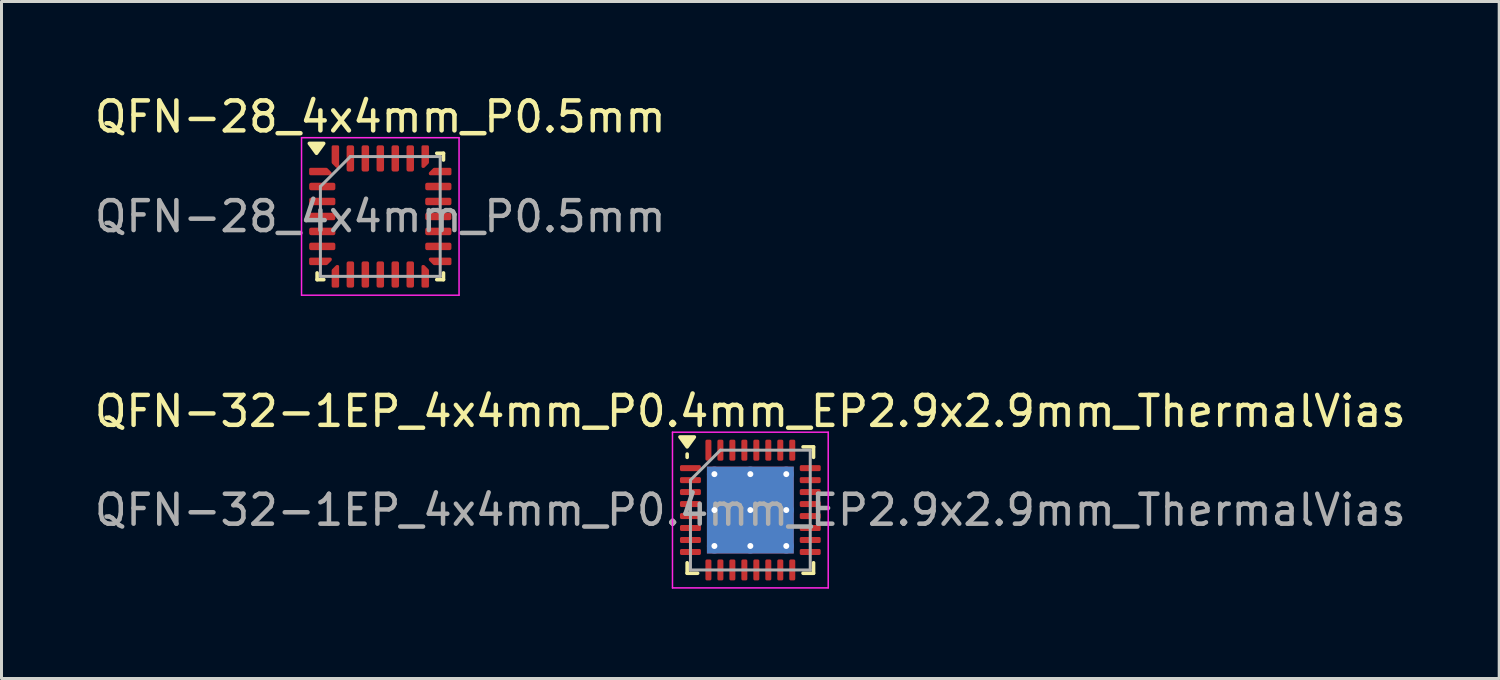
<source format=kicad_pcb>
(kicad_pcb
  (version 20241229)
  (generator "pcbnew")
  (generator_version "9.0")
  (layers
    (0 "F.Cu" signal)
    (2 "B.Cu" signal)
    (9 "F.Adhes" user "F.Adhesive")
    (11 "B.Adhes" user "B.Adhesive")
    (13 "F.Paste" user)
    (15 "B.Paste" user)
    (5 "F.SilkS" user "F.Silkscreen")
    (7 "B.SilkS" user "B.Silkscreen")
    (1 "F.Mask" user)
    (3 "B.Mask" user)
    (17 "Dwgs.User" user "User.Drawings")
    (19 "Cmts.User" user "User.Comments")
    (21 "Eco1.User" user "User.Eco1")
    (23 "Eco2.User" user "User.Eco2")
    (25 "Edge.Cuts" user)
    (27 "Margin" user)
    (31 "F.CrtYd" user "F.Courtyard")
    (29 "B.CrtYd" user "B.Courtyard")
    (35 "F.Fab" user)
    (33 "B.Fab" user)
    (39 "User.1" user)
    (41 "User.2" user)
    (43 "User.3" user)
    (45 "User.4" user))
  (footprint "QFN-32-1EP_4x4mm_P0.4mm_EP2.9x2.9mm_ThermalVias"
    (layer "F.Cu")
    (at 22.006 13.982)
    (property "Reference" "QFN-32-1EP_4x4mm_P0.4mm_EP2.9x2.9mm_ThermalVias" (at 0 -3.3 0) (layer "F.SilkS") (effects (font (size 1 1) (thickness 0.15))))
    (attr smd)
    (fp_line (start -2.11 -1.76) (end -2.11 -1.87) (stroke (width 0.12) (type solid)) (layer "F.SilkS"))
    (fp_line (start -2.11 2.11) (end -2.11 1.76) (stroke (width 0.12) (type solid)) (layer "F.SilkS"))
    (fp_line (start -1.76 2.11) (end -2.11 2.11) (stroke (width 0.12) (type solid)) (layer "F.SilkS"))
    (fp_line (start 1.76 -2.11) (end 2.11 -2.11) (stroke (width 0.12) (type solid)) (layer "F.SilkS"))
    (fp_line (start 1.76 2.11) (end 2.11 2.11) (stroke (width 0.12) (type solid)) (layer "F.SilkS"))
    (fp_line (start 2.11 -2.11) (end 2.11 -1.76) (stroke (width 0.12) (type solid)) (layer "F.SilkS"))
    (fp_line (start 2.11 2.11) (end 2.11 1.76) (stroke (width 0.12) (type solid)) (layer "F.SilkS"))
    (fp_poly (pts (xy -2.11 -2.11) (xy -2.35 -2.44) (xy -1.87 -2.44) (xy -2.11 -2.11)) (stroke (width 0.12) (type solid)) (fill yes) (layer "F.SilkS"))
    (fp_line (start -2.6 -2.6) (end -2.6 2.6) (stroke (width 0.05) (type solid)) (layer "F.CrtYd"))
    (fp_line (start -2.6 2.6) (end 2.6 2.6) (stroke (width 0.05) (type solid)) (layer "F.CrtYd"))
    (fp_line (start 2.6 -2.6) (end -2.6 -2.6) (stroke (width 0.05) (type solid)) (layer "F.CrtYd"))
    (fp_line (start 2.6 2.6) (end 2.6 -2.6) (stroke (width 0.05) (type solid)) (layer "F.CrtYd"))
    (fp_line (start -2 -1) (end -1 -2) (stroke (width 0.1) (type solid)) (layer "F.Fab"))
    (fp_line (start -2 2) (end -2 -1) (stroke (width 0.1) (type solid)) (layer "F.Fab"))
    (fp_line (start -1 -2) (end 2 -2) (stroke (width 0.1) (type solid)) (layer "F.Fab"))
    (fp_line (start 2 -2) (end 2 2) (stroke (width 0.1) (type solid)) (layer "F.Fab"))
    (fp_line (start 2 2) (end -2 2) (stroke (width 0.1) (type solid)) (layer "F.Fab"))
    (fp_text user "${REFERENCE}" (at 0 0 0) (layer "F.Fab") (effects (font (size 1 1) (thickness 0.15))))
    (pad "" smd roundrect (at -0.725 -0.725) (size 1.26 1.26) (layers "F.Paste") (roundrect_rratio 0.198))
    (pad "" smd roundrect (at -0.725 0.725) (size 1.26 1.26) (layers "F.Paste") (roundrect_rratio 0.198))
    (pad "" smd roundrect (at 0.725 -0.725) (size 1.26 1.26) (layers "F.Paste") (roundrect_rratio 0.198))
    (pad "" smd roundrect (at 0.725 0.725) (size 1.26 1.26) (layers "F.Paste") (roundrect_rratio 0.198))
    (pad "1" smd roundrect (at -2 -1.4) (size 0.7 0.2) (layers "F.Cu" "F.Mask" "F.Paste") (roundrect_rratio 0.25))
    (pad "2" smd roundrect (at -2 -1) (size 0.7 0.2) (layers "F.Cu" "F.Mask" "F.Paste") (roundrect_rratio 0.25))
    (pad "3" smd roundrect (at -2 -0.6) (size 0.7 0.2) (layers "F.Cu" "F.Mask" "F.Paste") (roundrect_rratio 0.25))
    (pad "4" smd roundrect (at -2 -0.2) (size 0.7 0.2) (layers "F.Cu" "F.Mask" "F.Paste") (roundrect_rratio 0.25))
    (pad "5" smd roundrect (at -2 0.2) (size 0.7 0.2) (layers "F.Cu" "F.Mask" "F.Paste") (roundrect_rratio 0.25))
    (pad "6" smd roundrect (at -2 0.6) (size 0.7 0.2) (layers "F.Cu" "F.Mask" "F.Paste") (roundrect_rratio 0.25))
    (pad "7" smd roundrect (at -2 1) (size 0.7 0.2) (layers "F.Cu" "F.Mask" "F.Paste") (roundrect_rratio 0.25))
    (pad "8" smd roundrect (at -2 1.4) (size 0.7 0.2) (layers "F.Cu" "F.Mask" "F.Paste") (roundrect_rratio 0.25))
    (pad "9" smd roundrect (at -1.4 2) (size 0.2 0.7) (layers "F.Cu" "F.Mask" "F.Paste") (roundrect_rratio 0.25))
    (pad "10" smd roundrect (at -1 2) (size 0.2 0.7) (layers "F.Cu" "F.Mask" "F.Paste") (roundrect_rratio 0.25))
    (pad "11" smd roundrect (at -0.6 2) (size 0.2 0.7) (layers "F.Cu" "F.Mask" "F.Paste") (roundrect_rratio 0.25))
    (pad "12" smd roundrect (at -0.2 2) (size 0.2 0.7) (layers "F.Cu" "F.Mask" "F.Paste") (roundrect_rratio 0.25))
    (pad "13" smd roundrect (at 0.2 2) (size 0.2 0.7) (layers "F.Cu" "F.Mask" "F.Paste") (roundrect_rratio 0.25))
    (pad "14" smd roundrect (at 0.6 2) (size 0.2 0.7) (layers "F.Cu" "F.Mask" "F.Paste") (roundrect_rratio 0.25))
    (pad "15" smd roundrect (at 1 2) (size 0.2 0.7) (layers "F.Cu" "F.Mask" "F.Paste") (roundrect_rratio 0.25))
    (pad "16" smd roundrect (at 1.4 2) (size 0.2 0.7) (layers "F.Cu" "F.Mask" "F.Paste") (roundrect_rratio 0.25))
    (pad "17" smd roundrect (at 2 1.4) (size 0.7 0.2) (layers "F.Cu" "F.Mask" "F.Paste") (roundrect_rratio 0.25))
    (pad "18" smd roundrect (at 2 1) (size 0.7 0.2) (layers "F.Cu" "F.Mask" "F.Paste") (roundrect_rratio 0.25))
    (pad "19" smd roundrect (at 2 0.6) (size 0.7 0.2) (layers "F.Cu" "F.Mask" "F.Paste") (roundrect_rratio 0.25))
    (pad "20" smd roundrect (at 2 0.2) (size 0.7 0.2) (layers "F.Cu" "F.Mask" "F.Paste") (roundrect_rratio 0.25))
    (pad "21" smd roundrect (at 2 -0.2) (size 0.7 0.2) (layers "F.Cu" "F.Mask" "F.Paste") (roundrect_rratio 0.25))
    (pad "22" smd roundrect (at 2 -0.6) (size 0.7 0.2) (layers "F.Cu" "F.Mask" "F.Paste") (roundrect_rratio 0.25))
    (pad "23" smd roundrect (at 2 -1) (size 0.7 0.2) (layers "F.Cu" "F.Mask" "F.Paste") (roundrect_rratio 0.25))
    (pad "24" smd roundrect (at 2 -1.4) (size 0.7 0.2) (layers "F.Cu" "F.Mask" "F.Paste") (roundrect_rratio 0.25))
    (pad "25" smd roundrect (at 1.4 -2) (size 0.2 0.7) (layers "F.Cu" "F.Mask" "F.Paste") (roundrect_rratio 0.25))
    (pad "26" smd roundrect (at 1 -2) (size 0.2 0.7) (layers "F.Cu" "F.Mask" "F.Paste") (roundrect_rratio 0.25))
    (pad "27" smd roundrect (at 0.6 -2) (size 0.2 0.7) (layers "F.Cu" "F.Mask" "F.Paste") (roundrect_rratio 0.25))
    (pad "28" smd roundrect (at 0.2 -2) (size 0.2 0.7) (layers "F.Cu" "F.Mask" "F.Paste") (roundrect_rratio 0.25))
    (pad "29" smd roundrect (at -0.2 -2) (size 0.2 0.7) (layers "F.Cu" "F.Mask" "F.Paste") (roundrect_rratio 0.25))
    (pad "30" smd roundrect (at -0.6 -2) (size 0.2 0.7) (layers "F.Cu" "F.Mask" "F.Paste") (roundrect_rratio 0.25))
    (pad "31" smd roundrect (at -1 -2) (size 0.2 0.7) (layers "F.Cu" "F.Mask" "F.Paste") (roundrect_rratio 0.25))
    (pad "32" smd roundrect (at -1.4 -2) (size 0.2 0.7) (layers "F.Cu" "F.Mask" "F.Paste") (roundrect_rratio 0.25))
    (pad "33" thru_hole circle (at -1.2 -1.2) (size 0.5 0.5) (drill 0.2) (property pad_prop_heatsink) (layers "*.Cu"))
    (pad "33" thru_hole circle (at -1.2 0) (size 0.5 0.5) (drill 0.2) (property pad_prop_heatsink) (layers "*.Cu"))
    (pad "33" thru_hole circle (at -1.2 1.2) (size 0.5 0.5) (drill 0.2) (property pad_prop_heatsink) (layers "*.Cu"))
    (pad "33" thru_hole circle (at 0 -1.2) (size 0.5 0.5) (drill 0.2) (property pad_prop_heatsink) (layers "*.Cu"))
    (pad "33" thru_hole circle (at 0 0) (size 0.5 0.5) (drill 0.2) (property pad_prop_heatsink) (layers "*.Cu"))
    (pad "33" smd rect (at 0 0) (size 2.9 2.9) (property pad_prop_heatsink) (layers "F.Cu" "F.Mask"))
    (pad "33" smd rect (at 0 0) (size 2.9 2.9) (property pad_prop_heatsink) (layers "B.Cu"))
    (pad "33" thru_hole circle (at 0 1.2) (size 0.5 0.5) (drill 0.2) (property pad_prop_heatsink) (layers "*.Cu"))
    (pad "33" thru_hole circle (at 1.2 -1.2) (size 0.5 0.5) (drill 0.2) (property pad_prop_heatsink) (layers "*.Cu"))
    (pad "33" thru_hole circle (at 1.2 0) (size 0.5 0.5) (drill 0.2) (property pad_prop_heatsink) (layers "*.Cu"))
    (pad "33" thru_hole circle (at 1.2 1.2) (size 0.5 0.5) (drill 0.2) (property pad_prop_heatsink) (layers "*.Cu")))
  (footprint "QFN-28_4x4mm_P0.5mm"
    (layer "F.Cu")
    (at 9.649 4.178)
    (property "Reference" "QFN-28_4x4mm_P0.5mm" (at 0 -3.33 0) (layer "F.SilkS") (effects (font (size 1 1) (thickness 0.15))))
    (attr smd)
    (fp_line (start -2.11 2.11) (end -2.11 1.885) (stroke (width 0.12) (type solid)) (layer "F.SilkS"))
    (fp_line (start -1.885 2.11) (end -2.11 2.11) (stroke (width 0.12) (type solid)) (layer "F.SilkS"))
    (fp_line (start 1.885 -2.11) (end 2.11 -2.11) (stroke (width 0.12) (type solid)) (layer "F.SilkS"))
    (fp_line (start 1.885 2.11) (end 2.11 2.11) (stroke (width 0.12) (type solid)) (layer "F.SilkS"))
    (fp_line (start 2.11 -2.11) (end 2.11 -1.885) (stroke (width 0.12) (type solid)) (layer "F.SilkS"))
    (fp_line (start 2.11 2.11) (end 2.11 1.885) (stroke (width 0.12) (type solid)) (layer "F.SilkS"))
    (fp_poly (pts (xy -2.13 -2.11) (xy -2.37 -2.44) (xy -1.89 -2.44) (xy -2.13 -2.11)) (stroke (width 0.12) (type solid)) (fill yes) (layer "F.SilkS"))
    (fp_line (start -2.63 -2.63) (end -2.63 2.63) (stroke (width 0.05) (type solid)) (layer "F.CrtYd"))
    (fp_line (start -2.63 2.63) (end 2.63 2.63) (stroke (width 0.05) (type solid)) (layer "F.CrtYd"))
    (fp_line (start 2.63 -2.63) (end -2.63 -2.63) (stroke (width 0.05) (type solid)) (layer "F.CrtYd"))
    (fp_line (start 2.63 2.63) (end 2.63 -2.63) (stroke (width 0.05) (type solid)) (layer "F.CrtYd"))
    (fp_line (start -2 -1) (end -1 -2) (stroke (width 0.1) (type solid)) (layer "F.Fab"))
    (fp_line (start -2 2) (end -2 -1) (stroke (width 0.1) (type solid)) (layer "F.Fab"))
    (fp_line (start -1 -2) (end 2 -2) (stroke (width 0.1) (type solid)) (layer "F.Fab"))
    (fp_line (start 2 -2) (end 2 2) (stroke (width 0.1) (type solid)) (layer "F.Fab"))
    (fp_line (start 2 2) (end -2 2) (stroke (width 0.1) (type solid)) (layer "F.Fab"))
    (fp_text user "${REFERENCE}" (at 0 0 0) (layer "F.Fab") (effects (font (size 1 1) (thickness 0.15))))
    (pad "1" smd custom (at -1.998 -1.5) (size 0.137 0.137) (layers "F.Cu" "F.Mask" "F.Paste") (options (anchor circle)) (primitives (gr_poly (pts (xy -0.333 -0.08) (xy 0.199 -0.08) (xy 0.333 0.054) (xy 0.333 0.08) (xy -0.333 0.08)) (width 0.09) (fill yes))))
    (pad "2" smd roundrect (at -1.938 -1) (size 0.875 0.25) (layers "F.Cu" "F.Mask" "F.Paste") (roundrect_rratio 0.25))
    (pad "3" smd roundrect (at -1.938 -0.5) (size 0.875 0.25) (layers "F.Cu" "F.Mask" "F.Paste") (roundrect_rratio 0.25))
    (pad "4" smd roundrect (at -1.938 0) (size 0.875 0.25) (layers "F.Cu" "F.Mask" "F.Paste") (roundrect_rratio 0.25))
    (pad "5" smd roundrect (at -1.938 0.5) (size 0.875 0.25) (layers "F.Cu" "F.Mask" "F.Paste") (roundrect_rratio 0.25))
    (pad "6" smd roundrect (at -1.938 1) (size 0.875 0.25) (layers "F.Cu" "F.Mask" "F.Paste") (roundrect_rratio 0.25))
    (pad "7" smd custom (at -1.998 1.5) (size 0.137 0.137) (layers "F.Cu" "F.Mask" "F.Paste") (options (anchor circle)) (primitives (gr_poly (pts (xy -0.333 -0.08) (xy 0.333 -0.08) (xy 0.333 -0.054) (xy 0.199 0.08) (xy -0.333 0.08)) (width 0.09) (fill yes))))
    (pad "8" smd custom (at -1.5 1.998) (size 0.137 0.137) (layers "F.Cu" "F.Mask" "F.Paste") (options (anchor circle)) (primitives (gr_poly (pts (xy -0.08 -0.199) (xy 0.054 -0.333) (xy 0.08 -0.333) (xy 0.08 0.333) (xy -0.08 0.333)) (width 0.09) (fill yes))))
    (pad "9" smd roundrect (at -1 1.938) (size 0.25 0.875) (layers "F.Cu" "F.Mask" "F.Paste") (roundrect_rratio 0.25))
    (pad "10" smd roundrect (at -0.5 1.938) (size 0.25 0.875) (layers "F.Cu" "F.Mask" "F.Paste") (roundrect_rratio 0.25))
    (pad "11" smd roundrect (at 0 1.938) (size 0.25 0.875) (layers "F.Cu" "F.Mask" "F.Paste") (roundrect_rratio 0.25))
    (pad "12" smd roundrect (at 0.5 1.938) (size 0.25 0.875) (layers "F.Cu" "F.Mask" "F.Paste") (roundrect_rratio 0.25))
    (pad "13" smd roundrect (at 1 1.938) (size 0.25 0.875) (layers "F.Cu" "F.Mask" "F.Paste") (roundrect_rratio 0.25))
    (pad "14" smd custom (at 1.5 1.998) (size 0.137 0.137) (layers "F.Cu" "F.Mask" "F.Paste") (options (anchor circle)) (primitives (gr_poly (pts (xy -0.08 -0.333) (xy -0.054 -0.333) (xy 0.08 -0.199) (xy 0.08 0.333) (xy -0.08 0.333)) (width 0.09) (fill yes))))
    (pad "15" smd custom (at 1.998 1.5) (size 0.137 0.137) (layers "F.Cu" "F.Mask" "F.Paste") (options (anchor circle)) (primitives (gr_poly (pts (xy -0.333 -0.08) (xy 0.333 -0.08) (xy 0.333 0.08) (xy -0.199 0.08) (xy -0.333 -0.054)) (width 0.09) (fill yes))))
    (pad "16" smd roundrect (at 1.938 1) (size 0.875 0.25) (layers "F.Cu" "F.Mask" "F.Paste") (roundrect_rratio 0.25))
    (pad "17" smd roundrect (at 1.938 0.5) (size 0.875 0.25) (layers "F.Cu" "F.Mask" "F.Paste") (roundrect_rratio 0.25))
    (pad "18" smd roundrect (at 1.938 0) (size 0.875 0.25) (layers "F.Cu" "F.Mask" "F.Paste") (roundrect_rratio 0.25))
    (pad "19" smd roundrect (at 1.938 -0.5) (size 0.875 0.25) (layers "F.Cu" "F.Mask" "F.Paste") (roundrect_rratio 0.25))
    (pad "20" smd roundrect (at 1.938 -1) (size 0.875 0.25) (layers "F.Cu" "F.Mask" "F.Paste") (roundrect_rratio 0.25))
    (pad "21" smd custom (at 1.998 -1.5) (size 0.137 0.137) (layers "F.Cu" "F.Mask" "F.Paste") (options (anchor circle)) (primitives (gr_poly (pts (xy -0.333 0.054) (xy -0.199 -0.08) (xy 0.333 -0.08) (xy 0.333 0.08) (xy -0.333 0.08)) (width 0.09) (fill yes))))
    (pad "22" smd custom (at 1.5 -1.998) (size 0.137 0.137) (layers "F.Cu" "F.Mask" "F.Paste") (options (anchor circle)) (primitives (gr_poly (pts (xy -0.08 -0.333) (xy 0.08 -0.333) (xy 0.08 0.199) (xy -0.054 0.333) (xy -0.08 0.333)) (width 0.09) (fill yes))))
    (pad "23" smd roundrect (at 1 -1.938) (size 0.25 0.875) (layers "F.Cu" "F.Mask" "F.Paste") (roundrect_rratio 0.25))
    (pad "24" smd roundrect (at 0.5 -1.938) (size 0.25 0.875) (layers "F.Cu" "F.Mask" "F.Paste") (roundrect_rratio 0.25))
    (pad "25" smd roundrect (at 0 -1.938) (size 0.25 0.875) (layers "F.Cu" "F.Mask" "F.Paste") (roundrect_rratio 0.25))
    (pad "26" smd roundrect (at -0.5 -1.938) (size 0.25 0.875) (layers "F.Cu" "F.Mask" "F.Paste") (roundrect_rratio 0.25))
    (pad "27" smd roundrect (at -1 -1.938) (size 0.25 0.875) (layers "F.Cu" "F.Mask" "F.Paste") (roundrect_rratio 0.25))
    (pad "28" smd custom (at -1.5 -1.998) (size 0.137 0.137) (layers "F.Cu" "F.Mask" "F.Paste") (options (anchor circle)) (primitives (gr_poly (pts (xy -0.08 -0.333) (xy 0.08 -0.333) (xy 0.08 0.333) (xy 0.054 0.333) (xy -0.08 0.199)) (width 0.09) (fill yes)))))
  (gr_rect
    (start -3 -3)
    (end 47.012 19.607)
    (stroke (width 0.1) (type default))
    (fill no)
    (layer "Edge.Cuts")))
</source>
